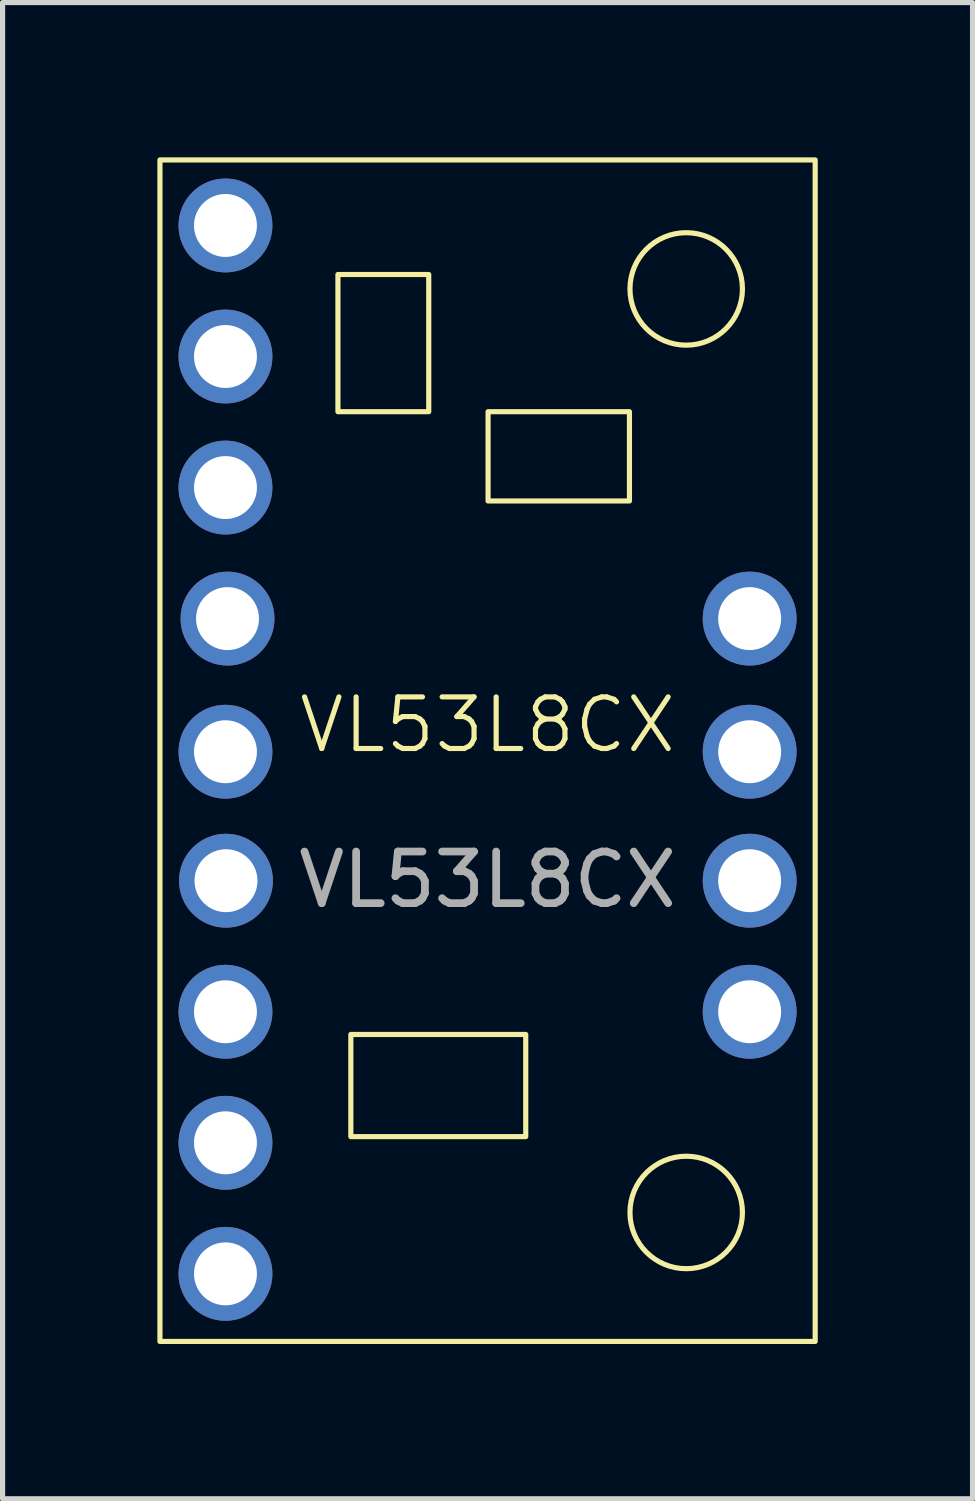
<source format=kicad_pcb>
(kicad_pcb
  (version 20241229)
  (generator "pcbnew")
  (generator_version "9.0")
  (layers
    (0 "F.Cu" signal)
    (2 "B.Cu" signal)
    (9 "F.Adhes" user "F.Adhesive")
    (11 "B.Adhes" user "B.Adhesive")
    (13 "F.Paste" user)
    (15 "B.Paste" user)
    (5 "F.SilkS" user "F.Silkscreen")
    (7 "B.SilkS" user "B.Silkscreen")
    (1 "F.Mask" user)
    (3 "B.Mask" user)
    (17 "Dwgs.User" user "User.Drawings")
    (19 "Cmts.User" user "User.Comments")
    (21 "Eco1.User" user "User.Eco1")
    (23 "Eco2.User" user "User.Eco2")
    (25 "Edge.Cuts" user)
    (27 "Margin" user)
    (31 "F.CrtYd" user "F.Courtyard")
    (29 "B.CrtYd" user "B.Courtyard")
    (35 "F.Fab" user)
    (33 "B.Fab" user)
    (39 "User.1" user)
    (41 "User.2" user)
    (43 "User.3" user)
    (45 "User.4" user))
  (footprint "VL53L8CX"
    (layer "F.Cu")
    (at 6.4 11.5)
    (property "Reference" "VL53L8CX" (at 0 -0.5 0) (unlocked yes) (layer "F.SilkS") (effects (font (size 1 1) (thickness 0.1))))
    (attr smd)
    (fp_rect (start -6.35 -11.45) (end 6.35 11.45) (stroke (width 0.1) (type solid)) (fill no) (layer "F.SilkS"))
    (fp_rect (start -2.9 -9.23) (end -1.14 -6.57) (stroke (width 0.1) (type default)) (fill no) (layer "F.SilkS"))
    (fp_rect (start -2.65 5.5) (end 0.74 7.48) (stroke (width 0.1) (type default)) (fill no) (layer "F.SilkS"))
    (fp_rect (start 0.01 -6.57) (end 2.75 -4.84) (stroke (width 0.1) (type default)) (fill no) (layer "F.SilkS"))
    (fp_circle (center 3.85 -8.95) (end 4.94 -8.95) (stroke (width 0.1) (type solid)) (fill no) (layer "F.SilkS"))
    (fp_circle (center 3.85 8.95) (end 4.94 8.95) (stroke (width 0.1) (type solid)) (fill no) (layer "F.SilkS"))
    (fp_text user "${REFERENCE}" (at 0 2.5 0) (unlocked yes) (layer "F.Fab") (effects (font (size 1 1) (thickness 0.15))))
    (pad "1" thru_hole circle (at -5.08 -10.18) (size 1.82 1.82) (drill 1.22) (layers "*.Cu" "*.Mask"))
    (pad "2" thru_hole circle (at -5.08 -7.64) (size 1.82 1.82) (drill 1.22) (layers "*.Cu" "*.Mask"))
    (pad "3" thru_hole circle (at -5.08 -5.1) (size 1.82 1.82) (drill 1.22) (layers "*.Cu" "*.Mask"))
    (pad "4" thru_hole circle (at -5.04 -2.56) (size 1.82 1.82) (drill 1.22) (layers "*.Cu" "*.Mask"))
    (pad "5" thru_hole circle (at -5.08 0.02) (size 1.82 1.82) (drill 1.22) (layers "*.Cu" "*.Mask"))
    (pad "6" thru_hole circle (at -5.07 2.52) (size 1.82 1.82) (drill 1.22) (layers "*.Cu" "*.Mask"))
    (pad "7" thru_hole circle (at -5.08 5.06) (size 1.82 1.82) (drill 1.22) (layers "*.Cu" "*.Mask"))
    (pad "8" thru_hole circle (at -5.08 7.6) (size 1.82 1.82) (drill 1.22) (layers "*.Cu" "*.Mask"))
    (pad "9" thru_hole circle (at -5.08 10.14) (size 1.82 1.82) (drill 1.22) (layers "*.Cu" "*.Mask"))
    (pad "10" thru_hole circle (at 5.08 -2.56) (size 1.82 1.82) (drill 1.22) (layers "*.Cu" "*.Mask"))
    (pad "11" thru_hole circle (at 5.08 0.02) (size 1.82 1.82) (drill 1.22) (layers "*.Cu" "*.Mask"))
    (pad "12" thru_hole circle (at 5.08 2.52) (size 1.82 1.82) (drill 1.22) (layers "*.Cu" "*.Mask"))
    (pad "13" thru_hole circle (at 5.08 5.06) (size 1.82 1.82) (drill 1.22) (layers "*.Cu" "*.Mask")))
  (gr_rect
    (start -3 -3)
    (end 15.8 26)
    (stroke (width 0.1) (type default))
    (fill no)
    (layer "Edge.Cuts")))
</source>
